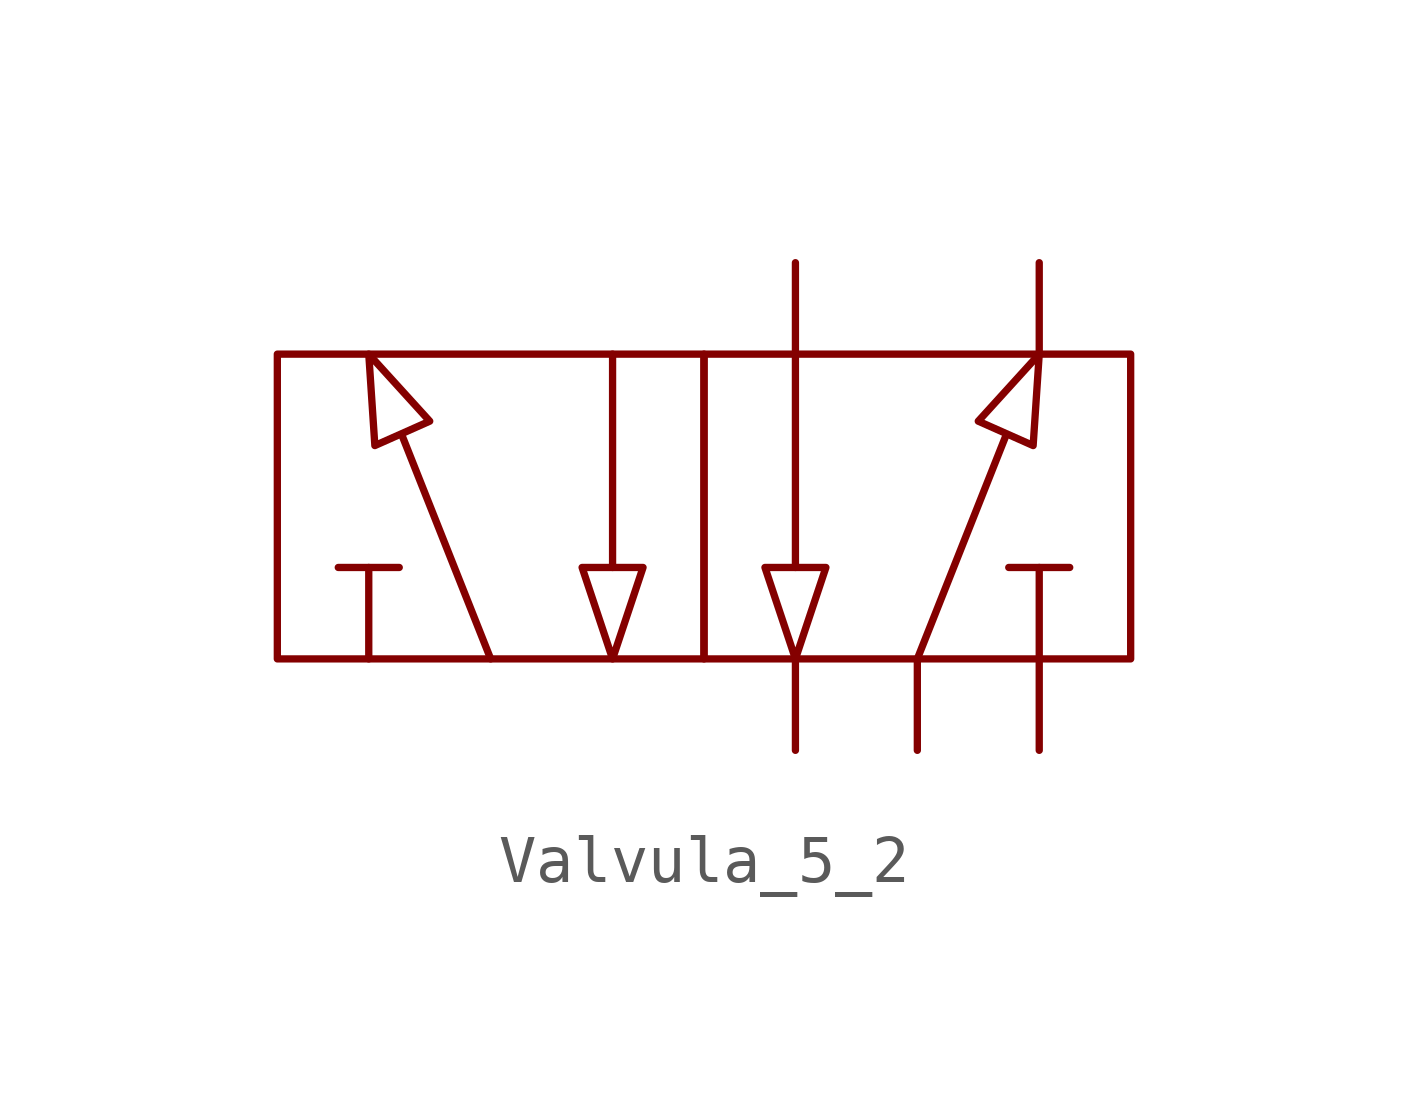
<source format=kicad_sym>
(kicad_symbol_lib
  (version 20211014)
  (generator kicad_symbol_editor)
  (symbol "Valvula_5_2"
    (pin_names
      (offset 1.016))
    (property "Reference" "V"
      (at -1.27 -2.54 0)
      (effects (font (size 2.54 2.54)) (justify left) hide))
    (symbol "Valvula_5_2_0_1"
      (polyline (pts (xy -6.985 1.905) (xy -6.985 0)) (stroke (width 0) (type default) (color 0 0 0 0)) (fill (type none)))
      (polyline (pts (xy -6.35 1.905) (xy -7.62 1.905)) (stroke (width 0) (type default) (color 0 0 0 0)) (fill (type none)))
      (polyline (pts (xy -6.299 4.674) (xy -4.445 0)) (stroke (width 0) (type default) (color 0 0 0 0)) (fill (type none)))
      (polyline (pts (xy -1.905 1.905) (xy -1.905 6.35)) (stroke (width 0) (type default) (color 0 0 0 0)) (fill (type none)))
      (polyline (pts (xy 1.905 1.905) (xy 1.905 6.35)) (stroke (width 0) (type default) (color 0 0 0 0)) (fill (type none)))
      (polyline (pts (xy 4.445 0) (xy 6.299 4.674)) (stroke (width 0) (type default) (color 0 0 0 0)) (fill (type none)))
      (polyline (pts (xy 6.35 1.905) (xy 7.62 1.905)) (stroke (width 0) (type default) (color 0 0 0 0)) (fill (type none)))
      (polyline (pts (xy 6.985 1.905) (xy 6.985 0)) (stroke (width 0) (type default) (color 0 0 0 0)) (fill (type none)))
      (polyline (pts (xy -6.985 6.35) (xy -5.715 4.953) (xy -6.858 4.445) (xy -6.985 6.35)) (stroke (width 0) (type default) (color 0 0 0 0)) (fill (type none)))
      (polyline (pts (xy -1.905 0) (xy -2.54 1.905) (xy -1.27 1.905) (xy -1.905 0)) (stroke (width 0) (type default) (color 0 0 0 0)) (fill (type none)))
      (polyline (pts (xy 1.905 0) (xy 1.27 1.905) (xy 2.54 1.905) (xy 1.905 0)) (stroke (width 0) (type default) (color 0 0 0 0)) (fill (type none)))
      (polyline (pts (xy 6.985 6.35) (xy 5.715 4.953) (xy 6.858 4.445) (xy 6.985 6.35)) (stroke (width 0) (type default) (color 0 0 0 0)) (fill (type none)))
      (rectangle (start 0 6.35) (end -8.89 0) (stroke (width 0) (type default) (color 0 0 0 0)) (fill (type none)))
      (rectangle (start 8.89 6.35) (end 0 0) (stroke (width 0) (type default) (color 0 0 0 0)) (fill (type none))))
    (symbol "Valvula_5_2_1_1"
      (pin output line (at 1.905 -1.905 90) (length 1.905) (name "" (effects (font (size 1.27 1.27)))) (number "" (effects (font (size 1.27 1.27)))))
      (pin bidirectional line (at 1.905 8.255 270) (length 1.905) (name "" (effects (font (size 1.27 1.27)))) (number "" (effects (font (size 1.27 1.27)))))
      (pin input line (at 4.445 -1.905 90) (length 1.905) (name "" (effects (font (size 1.27 1.27)))) (number "" (effects (font (size 1.27 1.27)))))
      (pin output line (at 6.985 -1.905 90) (length 1.905) (name "" (effects (font (size 1.27 1.27)))) (number "" (effects (font (size 1.27 1.27)))))
      (pin bidirectional line (at 6.985 8.255 270) (length 1.905) (name "" (effects (font (size 1.27 1.27)))) (number "" (effects (font (size 1.27 1.27))))))))
</source>
